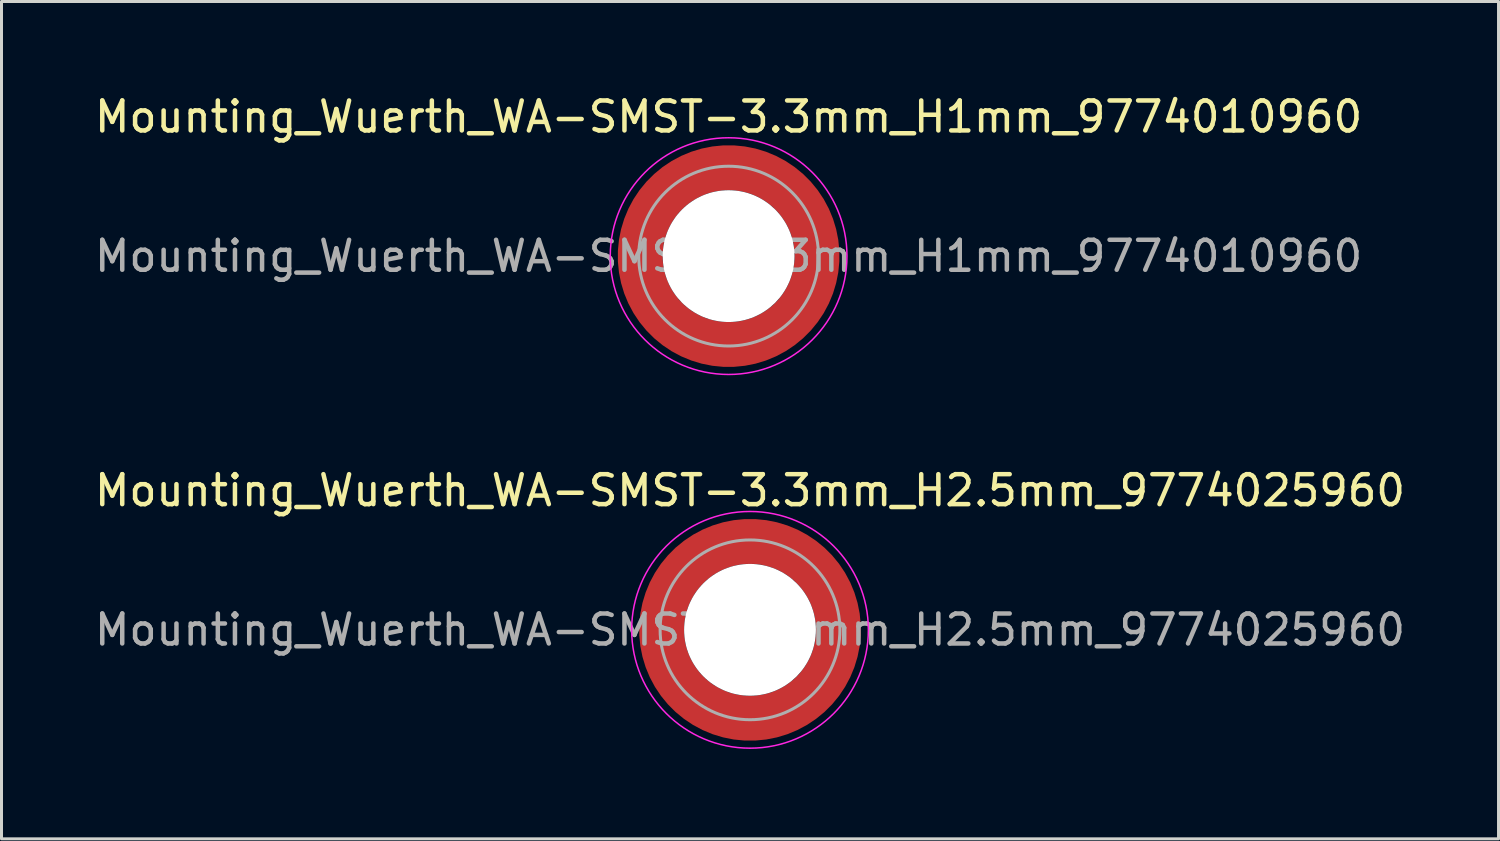
<source format=kicad_pcb>
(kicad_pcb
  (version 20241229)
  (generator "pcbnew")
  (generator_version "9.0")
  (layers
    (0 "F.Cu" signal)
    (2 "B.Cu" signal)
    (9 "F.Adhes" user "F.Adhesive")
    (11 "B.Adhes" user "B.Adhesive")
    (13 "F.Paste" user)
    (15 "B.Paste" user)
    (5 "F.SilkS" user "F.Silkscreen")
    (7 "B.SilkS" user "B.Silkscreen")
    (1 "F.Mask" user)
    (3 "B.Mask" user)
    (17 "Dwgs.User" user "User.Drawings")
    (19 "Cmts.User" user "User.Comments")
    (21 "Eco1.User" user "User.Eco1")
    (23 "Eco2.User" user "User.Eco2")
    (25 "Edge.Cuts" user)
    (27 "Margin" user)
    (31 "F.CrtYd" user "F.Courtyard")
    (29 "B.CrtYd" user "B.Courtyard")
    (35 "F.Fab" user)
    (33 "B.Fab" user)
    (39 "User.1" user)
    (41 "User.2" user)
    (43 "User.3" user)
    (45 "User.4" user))
  (footprint "Mounting_Wuerth_WA-SMST-3.3mm_H2.5mm_9774025960"
    (layer "F.Cu")
    (at 21.982 17.971)
    (property "Reference" "Mounting_Wuerth_WA-SMST-3.3mm_H2.5mm_9774025960" (at 0 -4.65 0) (layer "F.SilkS") (effects (font (size 1 1) (thickness 0.15))))
    (attr smd)
    (fp_circle (center 0 0) (end 3.95 0) (stroke (width 0.05) (type solid)) (fill no) (layer "F.CrtYd"))
    (fp_circle (center 0 0) (end 3 0) (stroke (width 0.1) (type solid)) (fill no) (layer "F.Fab"))
    (fp_text user "${REFERENCE}" (at 0 0 0) (layer "F.Fab") (effects (font (size 1 1) (thickness 0.15))))
    (pad "" smd custom (at -2.058 -2.058) (size 0.7 0.7) (layers "F.Paste") (options (anchor circle)) (primitives (gr_arc (start -0.377294 1.707681) (mid 0.317578 0.318817) (end 1.705947 -0.377044) (width 0.2)) (gr_arc (start -0.478281 1.707681) (mid 0.246161 0.248814) (end 1.703965 -0.477765) (width 0.2)) (gr_arc (start -0.579192 1.707681) (mid 0.175492 0.178063) (end 1.704077 -0.578711) (width 0.2)) (gr_arc (start -0.680037 1.707681) (mid 0.105568 0.106564) (end 1.706284 -0.679858) (width 0.2)) (gr_arc (start -0.780822 1.707681) (mid 0.034627 0.036085) (end 1.705634 -0.780569) (width 0.2)) (gr_arc (start -0.881554 1.707681) (mid -0.035694 -0.035016) (end 1.706729 -0.881441) (width 0.2)) (gr_arc (start -0.982237 1.707681) (mid -0.107281 -0.10485) (end 1.704266 -0.981843) (width 0.2)) (gr_arc (start -1.082877 1.707681) (mid -0.178372 -0.175181) (end 1.703197 -1.082374) (width 0.2)) (gr_arc (start -1.183476 1.707681) (mid -0.248964 -0.246008) (end 1.703525 -1.183025) (width 0.2)) (gr_arc (start -1.28404 1.707681) (mid -0.319062 -0.317334) (end 1.70525 -1.283784) (width 0.2)) (gr_line (start 1.708 -0.377) (end 1.708 -1.284) (width 0.2)) (gr_line (start -0.377 1.708) (end -1.284 1.708) (width 0.2))))
    (pad "" smd custom (at -2.058 2.058) (size 0.7 0.7) (layers "F.Paste") (options (anchor circle)) (primitives (gr_arc (start 1.707681 0.377294) (mid 0.318817 -0.317578) (end -0.377044 -1.705947) (width 0.2)) (gr_arc (start 1.707681 0.478281) (mid 0.248814 -0.246161) (end -0.477765 -1.703965) (width 0.2)) (gr_arc (start 1.707681 0.579192) (mid 0.178063 -0.175492) (end -0.578711 -1.704077) (width 0.2)) (gr_arc (start 1.707681 0.680037) (mid 0.106564 -0.105568) (end -0.679858 -1.706284) (width 0.2)) (gr_arc (start 1.707681 0.780822) (mid 0.036085 -0.034626) (end -0.780569 -1.705634) (width 0.2)) (gr_arc (start 1.707681 0.881554) (mid -0.035016 0.035694) (end -0.881441 -1.706729) (width 0.2)) (gr_arc (start 1.707681 0.982237) (mid -0.10485 0.107281) (end -0.981842 -1.704266) (width 0.2)) (gr_arc (start 1.707681 1.082877) (mid -0.175181 0.178372) (end -1.082374 -1.703197) (width 0.2)) (gr_arc (start 1.707681 1.183476) (mid -0.246008 0.248964) (end -1.183025 -1.703525) (width 0.2)) (gr_arc (start 1.707681 1.28404) (mid -0.317334 0.319062) (end -1.283784 -1.70525) (width 0.2)) (gr_line (start -0.377 -1.708) (end -1.284 -1.708) (width 0.2)) (gr_line (start 1.708 0.377) (end 1.708 1.284) (width 0.2))))
    (pad "" np_thru_hole circle (at 0 0) (size 4.4 4.4) (drill 4.4) (layers "*.Cu" "*.Mask"))
    (pad "" smd custom (at 2.058 -2.058) (size 0.7 0.7) (layers "F.Paste") (options (anchor circle)) (primitives (gr_arc (start -1.707681 -0.377294) (mid -0.318817 0.317579) (end 0.377044 1.705947) (width 0.2)) (gr_arc (start -1.707681 -0.478281) (mid -0.248814 0.246161) (end 0.477765 1.703965) (width 0.2)) (gr_arc (start -1.707681 -0.579192) (mid -0.178063 0.175492) (end 0.578711 1.704077) (width 0.2)) (gr_arc (start -1.707681 -0.680037) (mid -0.106564 0.105568) (end 0.679858 1.706284) (width 0.2)) (gr_arc (start -1.707681 -0.780822) (mid -0.036085 0.034627) (end 0.780569 1.705634) (width 0.2)) (gr_arc (start -1.707681 -0.881554) (mid 0.035016 -0.035694) (end 0.881441 1.706729) (width 0.2)) (gr_arc (start -1.707681 -0.982237) (mid 0.10485 -0.107281) (end 0.981843 1.704266) (width 0.2)) (gr_arc (start -1.707681 -1.082877) (mid 0.175181 -0.178372) (end 1.082374 1.703197) (width 0.2)) (gr_arc (start -1.707681 -1.183476) (mid 0.246008 -0.248964) (end 1.183025 1.703525) (width 0.2)) (gr_arc (start -1.707681 -1.28404) (mid 0.317333 -0.319062) (end 1.283784 1.70525) (width 0.2)) (gr_line (start 0.377 1.708) (end 1.284 1.708) (width 0.2)) (gr_line (start -1.708 -0.377) (end -1.708 -1.284) (width 0.2))))
    (pad "" smd custom (at 2.058 2.058) (size 0.7 0.7) (layers "F.Paste") (options (anchor circle)) (primitives (gr_arc (start 0.377294 -1.707681) (mid -0.317579 -0.318817) (end -1.705947 0.377044) (width 0.2)) (gr_arc (start 0.478281 -1.707681) (mid -0.246161 -0.248814) (end -1.703965 0.477765) (width 0.2)) (gr_arc (start 0.579192 -1.707681) (mid -0.175492 -0.178063) (end -1.704077 0.578711) (width 0.2)) (gr_arc (start 0.680037 -1.707681) (mid -0.105568 -0.106564) (end -1.706284 0.679858) (width 0.2)) (gr_arc (start 0.780822 -1.707681) (mid -0.034627 -0.036085) (end -1.705634 0.780569) (width 0.2)) (gr_arc (start 0.881554 -1.707681) (mid 0.035694 0.035016) (end -1.706729 0.881441) (width 0.2)) (gr_arc (start 0.982237 -1.707681) (mid 0.107281 0.10485) (end -1.704266 0.981843) (width 0.2)) (gr_arc (start 1.082877 -1.707681) (mid 0.178372 0.175181) (end -1.703197 1.082374) (width 0.2)) (gr_arc (start 1.183476 -1.707681) (mid 0.248964 0.246008) (end -1.703525 1.183025) (width 0.2)) (gr_arc (start 1.28404 -1.707681) (mid 0.319062 0.317333) (end -1.70525 1.283784) (width 0.2)) (gr_line (start -1.708 0.377) (end -1.708 1.284) (width 0.2)) (gr_line (start 0.377 -1.708) (end 1.284 -1.708) (width 0.2))))
    (pad "1" smd circle (at -2.95 0) (size 1.1 1.1) (layers "F.Cu"))
    (pad "1" smd circle (at 0 -2.95) (size 1.1 1.1) (layers "F.Cu"))
    (pad "1" smd circle (at 0 2.95) (size 1.1 1.1) (layers "F.Cu"))
    (pad "1" smd custom (at 2.95 0) (size 1.1 1.1) (layers "F.Cu" "F.Mask") (options (anchor circle)) (primitives (gr_circle (center -2.95 0) (end 0 0) (width 1.5) (fill no)))))
  (footprint "Mounting_Wuerth_WA-SMST-3.3mm_H1mm_9774010960"
    (layer "F.Cu")
    (at 21.268 5.498)
    (property "Reference" "Mounting_Wuerth_WA-SMST-3.3mm_H1mm_9774010960" (at 0 -4.65 0) (layer "F.SilkS") (effects (font (size 1 1) (thickness 0.15))))
    (attr smd)
    (fp_circle (center 0 0) (end 3.95 0) (stroke (width 0.05) (type solid)) (fill no) (layer "F.CrtYd"))
    (fp_circle (center 0 0) (end 3 0) (stroke (width 0.1) (type solid)) (fill no) (layer "F.Fab"))
    (fp_text user "${REFERENCE}" (at 0 0 0) (layer "F.Fab") (effects (font (size 1 1) (thickness 0.15))))
    (pad "" smd custom (at -2.058 -2.058) (size 0.7 0.7) (layers "F.Paste") (options (anchor circle)) (primitives (gr_arc (start -0.377294 1.707681) (mid 0.317578 0.318817) (end 1.705947 -0.377044) (width 0.2)) (gr_arc (start -0.478281 1.707681) (mid 0.246161 0.248814) (end 1.703965 -0.477765) (width 0.2)) (gr_arc (start -0.579192 1.707681) (mid 0.175492 0.178063) (end 1.704077 -0.578711) (width 0.2)) (gr_arc (start -0.680037 1.707681) (mid 0.105568 0.106564) (end 1.706284 -0.679858) (width 0.2)) (gr_arc (start -0.780822 1.707681) (mid 0.034627 0.036085) (end 1.705634 -0.780569) (width 0.2)) (gr_arc (start -0.881554 1.707681) (mid -0.035694 -0.035016) (end 1.706729 -0.881441) (width 0.2)) (gr_arc (start -0.982237 1.707681) (mid -0.107281 -0.10485) (end 1.704266 -0.981843) (width 0.2)) (gr_arc (start -1.082877 1.707681) (mid -0.178372 -0.175181) (end 1.703197 -1.082374) (width 0.2)) (gr_arc (start -1.183476 1.707681) (mid -0.248964 -0.246008) (end 1.703525 -1.183025) (width 0.2)) (gr_arc (start -1.28404 1.707681) (mid -0.319062 -0.317334) (end 1.70525 -1.283784) (width 0.2)) (gr_line (start 1.708 -0.377) (end 1.708 -1.284) (width 0.2)) (gr_line (start -0.377 1.708) (end -1.284 1.708) (width 0.2))))
    (pad "" smd custom (at -2.058 2.058) (size 0.7 0.7) (layers "F.Paste") (options (anchor circle)) (primitives (gr_arc (start 1.707681 0.377294) (mid 0.318817 -0.317578) (end -0.377044 -1.705947) (width 0.2)) (gr_arc (start 1.707681 0.478281) (mid 0.248814 -0.246161) (end -0.477765 -1.703965) (width 0.2)) (gr_arc (start 1.707681 0.579192) (mid 0.178063 -0.175492) (end -0.578711 -1.704077) (width 0.2)) (gr_arc (start 1.707681 0.680037) (mid 0.106564 -0.105568) (end -0.679858 -1.706284) (width 0.2)) (gr_arc (start 1.707681 0.780822) (mid 0.036085 -0.034626) (end -0.780569 -1.705634) (width 0.2)) (gr_arc (start 1.707681 0.881554) (mid -0.035016 0.035694) (end -0.881441 -1.706729) (width 0.2)) (gr_arc (start 1.707681 0.982237) (mid -0.10485 0.107281) (end -0.981842 -1.704266) (width 0.2)) (gr_arc (start 1.707681 1.082877) (mid -0.175181 0.178372) (end -1.082374 -1.703197) (width 0.2)) (gr_arc (start 1.707681 1.183476) (mid -0.246008 0.248964) (end -1.183025 -1.703525) (width 0.2)) (gr_arc (start 1.707681 1.28404) (mid -0.317334 0.319062) (end -1.283784 -1.70525) (width 0.2)) (gr_line (start -0.377 -1.708) (end -1.284 -1.708) (width 0.2)) (gr_line (start 1.708 0.377) (end 1.708 1.284) (width 0.2))))
    (pad "" np_thru_hole circle (at 0 0) (size 4.4 4.4) (drill 4.4) (layers "*.Cu" "*.Mask"))
    (pad "" smd custom (at 2.058 -2.058) (size 0.7 0.7) (layers "F.Paste") (options (anchor circle)) (primitives (gr_arc (start -1.707681 -0.377294) (mid -0.318817 0.317579) (end 0.377044 1.705947) (width 0.2)) (gr_arc (start -1.707681 -0.478281) (mid -0.248814 0.246161) (end 0.477765 1.703965) (width 0.2)) (gr_arc (start -1.707681 -0.579192) (mid -0.178063 0.175492) (end 0.578711 1.704077) (width 0.2)) (gr_arc (start -1.707681 -0.680037) (mid -0.106564 0.105568) (end 0.679858 1.706284) (width 0.2)) (gr_arc (start -1.707681 -0.780822) (mid -0.036085 0.034627) (end 0.780569 1.705634) (width 0.2)) (gr_arc (start -1.707681 -0.881554) (mid 0.035016 -0.035694) (end 0.881441 1.706729) (width 0.2)) (gr_arc (start -1.707681 -0.982237) (mid 0.10485 -0.107281) (end 0.981843 1.704266) (width 0.2)) (gr_arc (start -1.707681 -1.082877) (mid 0.175181 -0.178372) (end 1.082374 1.703197) (width 0.2)) (gr_arc (start -1.707681 -1.183476) (mid 0.246008 -0.248964) (end 1.183025 1.703525) (width 0.2)) (gr_arc (start -1.707681 -1.28404) (mid 0.317333 -0.319062) (end 1.283784 1.70525) (width 0.2)) (gr_line (start 0.377 1.708) (end 1.284 1.708) (width 0.2)) (gr_line (start -1.708 -0.377) (end -1.708 -1.284) (width 0.2))))
    (pad "" smd custom (at 2.058 2.058) (size 0.7 0.7) (layers "F.Paste") (options (anchor circle)) (primitives (gr_arc (start 0.377294 -1.707681) (mid -0.317579 -0.318817) (end -1.705947 0.377044) (width 0.2)) (gr_arc (start 0.478281 -1.707681) (mid -0.246161 -0.248814) (end -1.703965 0.477765) (width 0.2)) (gr_arc (start 0.579192 -1.707681) (mid -0.175492 -0.178063) (end -1.704077 0.578711) (width 0.2)) (gr_arc (start 0.680037 -1.707681) (mid -0.105568 -0.106564) (end -1.706284 0.679858) (width 0.2)) (gr_arc (start 0.780822 -1.707681) (mid -0.034627 -0.036085) (end -1.705634 0.780569) (width 0.2)) (gr_arc (start 0.881554 -1.707681) (mid 0.035694 0.035016) (end -1.706729 0.881441) (width 0.2)) (gr_arc (start 0.982237 -1.707681) (mid 0.107281 0.10485) (end -1.704266 0.981843) (width 0.2)) (gr_arc (start 1.082877 -1.707681) (mid 0.178372 0.175181) (end -1.703197 1.082374) (width 0.2)) (gr_arc (start 1.183476 -1.707681) (mid 0.248964 0.246008) (end -1.703525 1.183025) (width 0.2)) (gr_arc (start 1.28404 -1.707681) (mid 0.319062 0.317333) (end -1.70525 1.283784) (width 0.2)) (gr_line (start -1.708 0.377) (end -1.708 1.284) (width 0.2)) (gr_line (start 0.377 -1.708) (end 1.284 -1.708) (width 0.2))))
    (pad "1" smd circle (at -2.95 0) (size 1.1 1.1) (layers "F.Cu"))
    (pad "1" smd circle (at 0 -2.95) (size 1.1 1.1) (layers "F.Cu"))
    (pad "1" smd circle (at 0 2.95) (size 1.1 1.1) (layers "F.Cu"))
    (pad "1" smd custom (at 2.95 0) (size 1.1 1.1) (layers "F.Cu" "F.Mask") (options (anchor circle)) (primitives (gr_circle (center -2.95 0) (end 0 0) (width 1.5) (fill no)))))
  (gr_rect
    (start -3 -3)
    (end 46.964 24.947)
    (stroke (width 0.1) (type default))
    (fill no)
    (layer "Edge.Cuts")))
</source>
